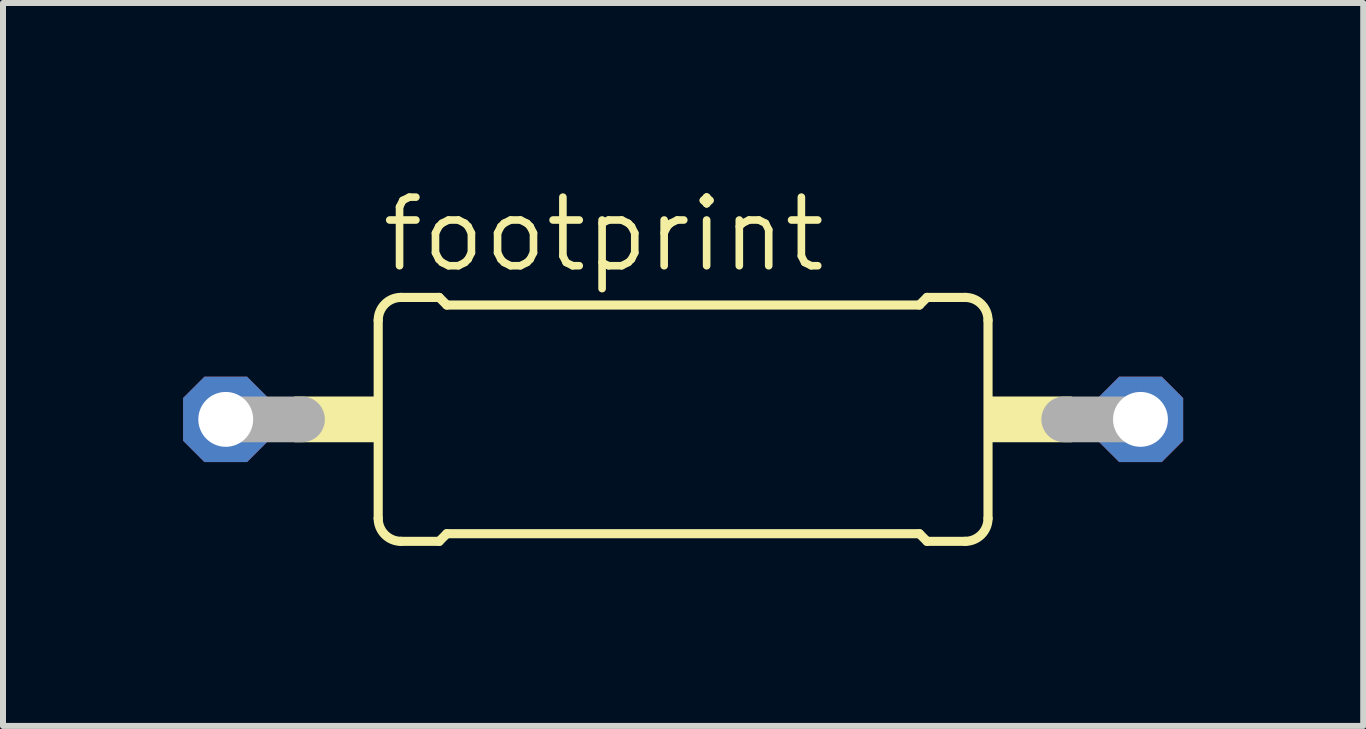
<source format=kicad_pcb>
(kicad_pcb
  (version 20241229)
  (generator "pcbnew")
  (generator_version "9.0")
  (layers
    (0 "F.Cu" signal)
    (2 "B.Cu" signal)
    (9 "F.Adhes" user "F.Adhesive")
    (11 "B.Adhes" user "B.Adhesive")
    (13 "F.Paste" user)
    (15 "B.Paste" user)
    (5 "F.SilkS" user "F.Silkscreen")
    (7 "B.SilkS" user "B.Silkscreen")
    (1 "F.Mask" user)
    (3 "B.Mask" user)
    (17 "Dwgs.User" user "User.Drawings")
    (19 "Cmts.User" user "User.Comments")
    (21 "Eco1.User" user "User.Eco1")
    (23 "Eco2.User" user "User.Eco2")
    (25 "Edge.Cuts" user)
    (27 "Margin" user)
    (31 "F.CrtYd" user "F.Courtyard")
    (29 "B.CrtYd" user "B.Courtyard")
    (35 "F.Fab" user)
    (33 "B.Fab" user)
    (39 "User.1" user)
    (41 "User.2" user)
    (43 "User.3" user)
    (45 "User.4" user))
  (footprint "footprint"
    (layer "F.Cu")
    (at 8.331 3.937)
    (property "Reference" "footprint" (at -5.08 -2.413 0) (layer "F.SilkS") (effects (font (size 1.143 1.143) (thickness 0.127)) (justify left bottom)))
    (fp_line (start -5.08 -1.651) (end -5.08 1.651) (stroke (width 0.152) (type solid)) (layer "F.SilkS"))
    (fp_line (start -4.699 -2.032) (end -4.064 -2.032) (stroke (width 0.152) (type solid)) (layer "F.SilkS"))
    (fp_line (start -4.699 2.032) (end -4.064 2.032) (stroke (width 0.152) (type solid)) (layer "F.SilkS"))
    (fp_line (start -3.937 -1.905) (end -4.064 -2.032) (stroke (width 0.152) (type solid)) (layer "F.SilkS"))
    (fp_line (start -3.937 -1.905) (end 3.937 -1.905) (stroke (width 0.152) (type solid)) (layer "F.SilkS"))
    (fp_line (start -3.937 1.905) (end -4.064 2.032) (stroke (width 0.152) (type solid)) (layer "F.SilkS"))
    (fp_line (start -3.937 1.905) (end 3.937 1.905) (stroke (width 0.152) (type solid)) (layer "F.SilkS"))
    (fp_line (start 3.937 -1.905) (end 4.064 -2.032) (stroke (width 0.152) (type solid)) (layer "F.SilkS"))
    (fp_line (start 3.937 1.905) (end 4.064 2.032) (stroke (width 0.152) (type solid)) (layer "F.SilkS"))
    (fp_line (start 4.699 -2.032) (end 4.064 -2.032) (stroke (width 0.152) (type solid)) (layer "F.SilkS"))
    (fp_line (start 4.699 2.032) (end 4.064 2.032) (stroke (width 0.152) (type solid)) (layer "F.SilkS"))
    (fp_line (start 5.08 1.651) (end 5.08 -1.651) (stroke (width 0.152) (type solid)) (layer "F.SilkS"))
    (fp_arc (start -5.08 -1.651) (mid -4.968408 -1.920408) (end -4.699 -2.032) (stroke (width 0.1524) (type solid)) (layer "F.SilkS"))
    (fp_arc (start -4.699 2.032) (mid -4.968408 1.920408) (end -5.08 1.651) (stroke (width 0.1524) (type solid)) (layer "F.SilkS"))
    (fp_arc (start 4.699 -2.032) (mid 4.968408 -1.920408) (end 5.08 -1.651) (stroke (width 0.1524) (type solid)) (layer "F.SilkS"))
    (fp_arc (start 5.08 1.651) (mid 4.968408 1.920408) (end 4.699 2.032) (stroke (width 0.1524) (type solid)) (layer "F.SilkS"))
    (fp_poly (pts (xy -6.477 0.381) (xy -5.08 0.381) (xy -5.08 -0.381) (xy -6.477 -0.381)) (stroke (width 0) (type solid)) (fill yes) (layer "F.SilkS"))
    (fp_poly (pts (xy 5.08 0.381) (xy 6.477 0.381) (xy 6.477 -0.381) (xy 5.08 -0.381)) (stroke (width 0) (type solid)) (fill yes) (layer "F.SilkS"))
    (fp_line (start -7.62 0) (end -6.35 0) (stroke (width 0.762) (type solid)) (layer "F.Fab"))
    (fp_line (start 6.35 0) (end 7.62 0) (stroke (width 0.762) (type solid)) (layer "F.Fab"))
    (pad "1" thru_hole roundrect (at -7.62 0) (size 1.422 1.422) (drill 0.914) (layers "*.Cu" "*.Mask") (roundrect_rratio 0.25) (chamfer_ratio 0.25) (chamfer top_left top_right bottom_left bottom_right))
    (pad "2" thru_hole roundrect (at 7.62 0) (size 1.422 1.422) (drill 0.914) (layers "*.Cu" "*.Mask") (roundrect_rratio 0.25) (chamfer_ratio 0.25) (chamfer top_left top_right bottom_left bottom_right)))
  (gr_rect
    (start -3 -3)
    (end 19.662 9.045)
    (stroke (width 0.1) (type default))
    (fill no)
    (layer "Edge.Cuts")))
</source>
